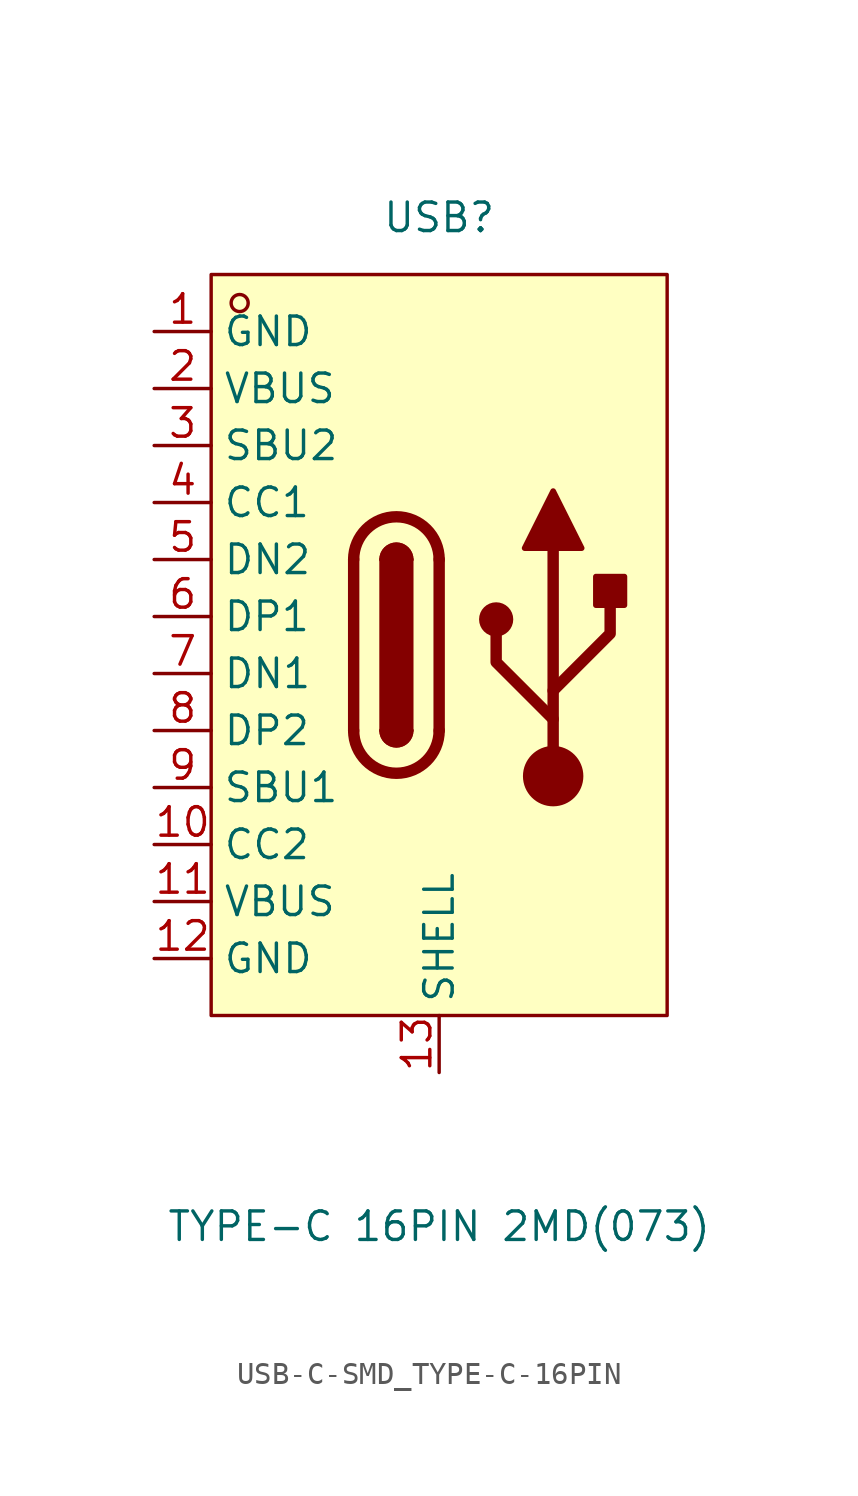
<source format=kicad_sym>
(kicad_symbol_lib
  (version 20241209)
  (generator "kicad_symbol_editor")
  (generator_version "9.0")
  (symbol "USB-C-SMD_TYPE-C-16PIN"
    (property "Reference" "USB"
      (at 0 19.05 0)
      (effects (font (size 1.27 1.27))))
    (property "Value" "TYPE-C 16PIN 2MD(073)"
      (at 0 -25.908 0)
      (effects (font (size 1.27 1.27))))
    (symbol "USB-C-SMD_TYPE-C-16PIN_0_1"
      (rectangle (start -10.16 16.51) (end 10.16 -16.51) (stroke (width 0) (type default)) (fill (type background)))
      (circle (center -8.89 15.24) (radius 0.38) (stroke (width 0) (type default)) (fill (type none)))
      (polyline (pts (xy -3.81 -3.81) (xy -3.81 3.81)) (stroke (width 0.508) (type default)) (fill (type none)))
      (rectangle (start -2.54 -3.81) (end -1.27 3.81) (stroke (width 0.254) (type default)) (fill (type outline)))
      (arc (start -2.54 3.81) (mid -1.905 4.4423) (end -1.27 3.81) (stroke (width 0.254) (type default)) (fill (type none)))
      (arc (start -2.54 3.81) (mid -1.905 4.4423) (end -1.27 3.81) (stroke (width 0.254) (type default)) (fill (type outline)))
      (arc (start -3.81 3.81) (mid -1.905 5.7067) (end 0 3.81) (stroke (width 0.508) (type default)) (fill (type none)))
      (arc (start 0 -3.81) (mid -1.905 -5.7067) (end -3.81 -3.81) (stroke (width 0.508) (type default)) (fill (type none)))
      (arc (start -1.27 -3.81) (mid -1.905 -4.4423) (end -2.54 -3.81) (stroke (width 0.254) (type default)) (fill (type none)))
      (arc (start -1.27 -3.81) (mid -1.905 -4.4423) (end -2.54 -3.81) (stroke (width 0.254) (type default)) (fill (type outline)))
      (polyline (pts (xy 0 3.81) (xy 0 -3.81)) (stroke (width 0.508) (type default)) (fill (type none)))
      (circle (center 2.54 1.143) (radius 0.635) (stroke (width 0.254) (type default)) (fill (type outline)))
      (polyline (pts (xy 3.81 4.318) (xy 5.08 6.858) (xy 6.35 4.318) (xy 3.81 4.318)) (stroke (width 0.254) (type default)) (fill (type outline)))
      (polyline (pts (xy 5.08 -2.032) (xy 7.62 0.508) (xy 7.62 1.778)) (stroke (width 0.508) (type default)) (fill (type none)))
      (polyline (pts (xy 5.08 -3.302) (xy 2.54 -0.762) (xy 2.54 0.508)) (stroke (width 0.508) (type default)) (fill (type none)))
      (polyline (pts (xy 5.08 -5.842) (xy 5.08 4.318)) (stroke (width 0.508) (type default)) (fill (type none)))
      (circle (center 5.08 -5.842) (radius 1.27) (stroke (width 0) (type default)) (fill (type outline)))
      (rectangle (start 6.985 1.778) (end 8.255 3.048) (stroke (width 0.254) (type default)) (fill (type outline)))
      (pin unspecified line (at -12.7 8.89 0) (length 2.54) (name "SBU2" (effects (font (size 1.27 1.27)))) (number "3" (effects (font (size 1.27 1.27)))))
      (pin unspecified line (at -12.7 6.35 0) (length 2.54) (name "CC1" (effects (font (size 1.27 1.27)))) (number "4" (effects (font (size 1.27 1.27)))))
      (pin unspecified line (at -12.7 -6.35 0) (length 2.54) (name "SBU1" (effects (font (size 1.27 1.27)))) (number "9" (effects (font (size 1.27 1.27)))))
      (pin unspecified line (at -12.7 -8.89 0) (length 2.54) (name "CC2" (effects (font (size 1.27 1.27)))) (number "10" (effects (font (size 1.27 1.27)))))
      (pin unspecified line (at 0 -19.05 90) (length 2.54) (name "SHELL" (effects (font (size 1.27 1.27)))) (number "13" (effects (font (size 1.27 1.27))))))
    (symbol "USB-C-SMD_TYPE-C-16PIN_1_1"
      (pin power_out line (at -12.7 13.97 0) (length 2.54) (name "GND" (effects (font (size 1.27 1.27)))) (number "1" (effects (font (size 1.27 1.27)))))
      (pin power_out line (at -12.7 11.43 0) (length 2.54) (name "VBUS" (effects (font (size 1.27 1.27)))) (number "2" (effects (font (size 1.27 1.27)))))
      (pin bidirectional line (at -12.7 3.81 0) (length 2.54) (name "DN2" (effects (font (size 1.27 1.27)))) (number "5" (effects (font (size 1.27 1.27)))))
      (pin bidirectional line (at -12.7 1.27 0) (length 2.54) (name "DP1" (effects (font (size 1.27 1.27)))) (number "6" (effects (font (size 1.27 1.27)))))
      (pin bidirectional line (at -12.7 -1.27 0) (length 2.54) (name "DN1" (effects (font (size 1.27 1.27)))) (number "7" (effects (font (size 1.27 1.27)))))
      (pin bidirectional line (at -12.7 -3.81 0) (length 2.54) (name "DP2" (effects (font (size 1.27 1.27)))) (number "8" (effects (font (size 1.27 1.27)))))
      (pin power_out line (at -12.7 -11.43 0) (length 2.54) (name "VBUS" (effects (font (size 1.27 1.27)))) (number "11" (effects (font (size 1.27 1.27)))))
      (pin power_out line (at -12.7 -13.97 0) (length 2.54) (name "GND" (effects (font (size 1.27 1.27)))) (number "12" (effects (font (size 1.27 1.27))))))))
</source>
